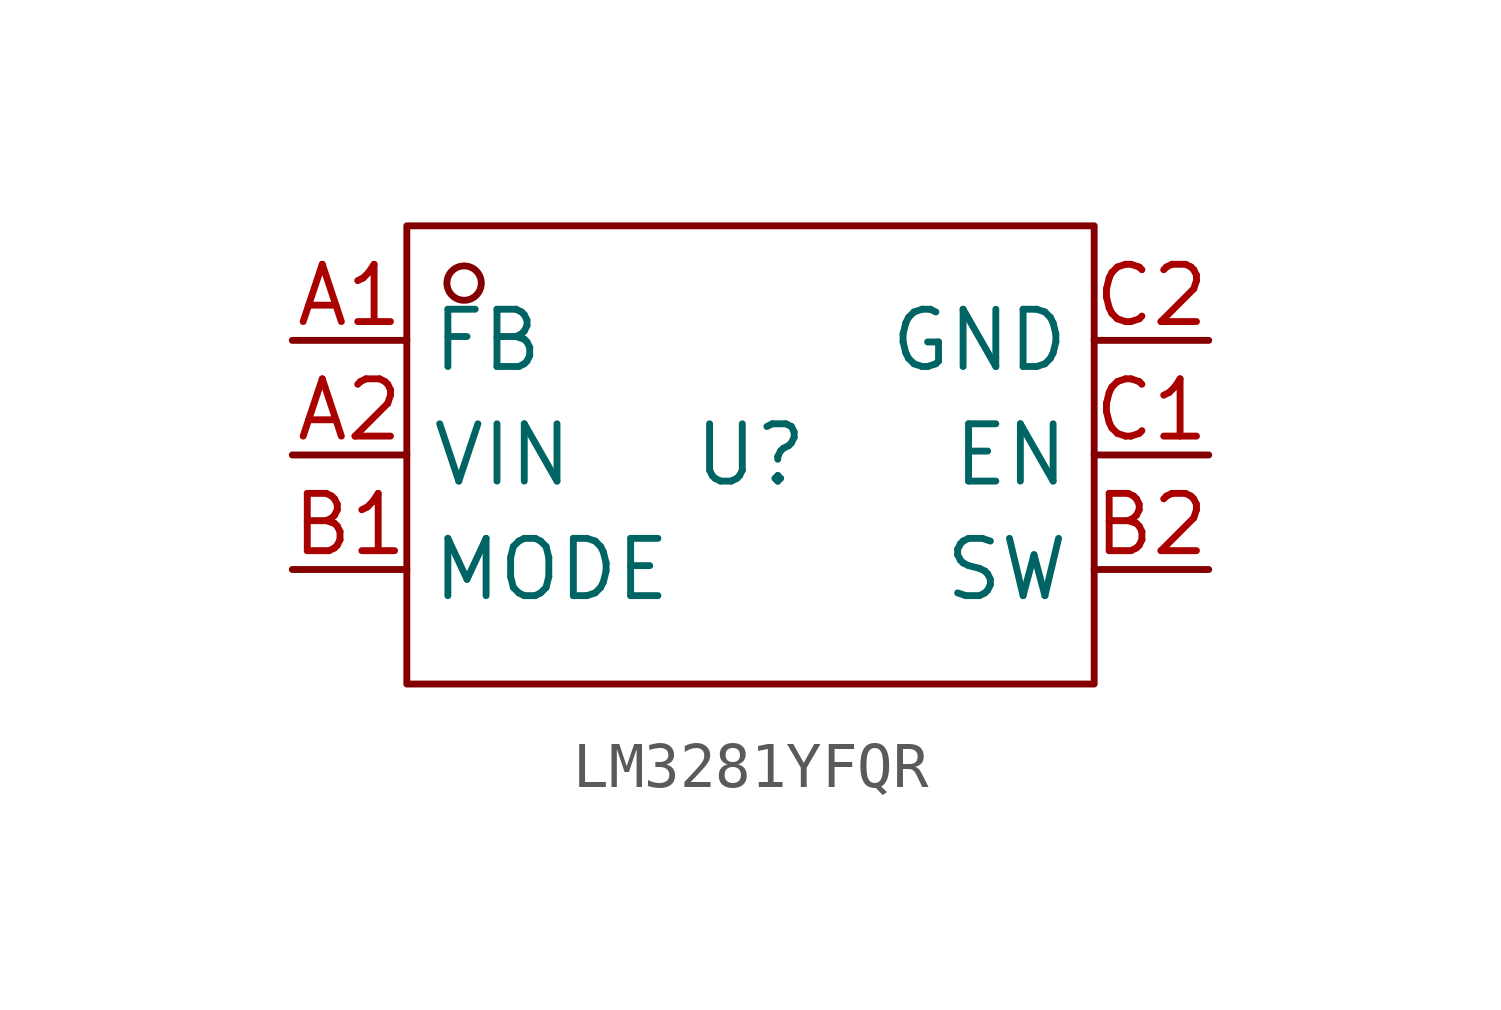
<source format=kicad_sym>
(kicad_symbol_lib
  (version 20241209)
  (generator "kicad_symbol_editor")
  (generator_version "9.0")
  (symbol "LM3281YFQR"
    (property "Reference" "U"
      (at 0 0 0)
      (effects (font (size 1.27 1.27))))
    (property "Value" ""
      (at 0 0 0)
      (effects (font (size 1.27 1.27))))
    (symbol "LM3281YFQR_1_0"
      (rectangle (start -7.62 -5.08) (end 7.62 5.08) (stroke (width 0) (type default)) (fill (type none)))
      (circle (center -6.35 3.81) (radius 0.381) (stroke (width 0) (type default)) (fill (type none)))
      (pin unspecified line (at -10.16 2.54 0) (length 2.54) (name "FB" (effects (font (size 1.27 1.27)))) (number "A1" (effects (font (size 1.27 1.27)))))
      (pin unspecified line (at -10.16 0 0) (length 2.54) (name "VIN" (effects (font (size 1.27 1.27)))) (number "A2" (effects (font (size 1.27 1.27)))))
      (pin unspecified line (at -10.16 -2.54 0) (length 2.54) (name "MODE" (effects (font (size 1.27 1.27)))) (number "B1" (effects (font (size 1.27 1.27)))))
      (pin unspecified line (at 10.16 2.54 180) (length 2.54) (name "GND" (effects (font (size 1.27 1.27)))) (number "C2" (effects (font (size 1.27 1.27)))))
      (pin unspecified line (at 10.16 0 180) (length 2.54) (name "EN" (effects (font (size 1.27 1.27)))) (number "C1" (effects (font (size 1.27 1.27)))))
      (pin unspecified line (at 10.16 -2.54 180) (length 2.54) (name "SW" (effects (font (size 1.27 1.27)))) (number "B2" (effects (font (size 1.27 1.27))))))))
</source>
